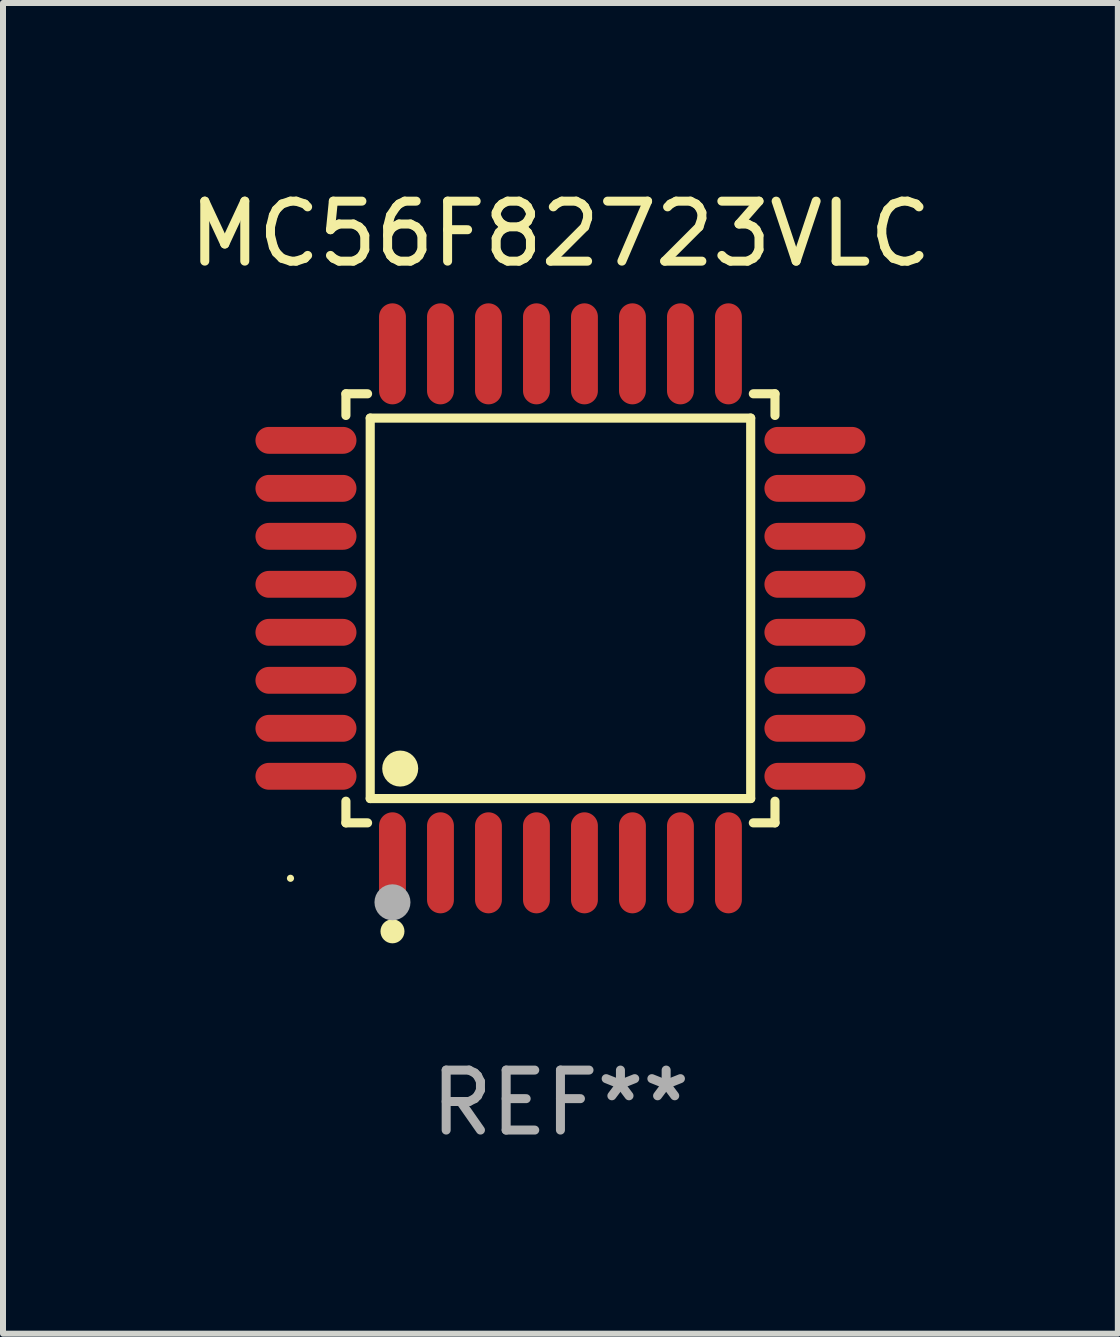
<source format=kicad_pcb>
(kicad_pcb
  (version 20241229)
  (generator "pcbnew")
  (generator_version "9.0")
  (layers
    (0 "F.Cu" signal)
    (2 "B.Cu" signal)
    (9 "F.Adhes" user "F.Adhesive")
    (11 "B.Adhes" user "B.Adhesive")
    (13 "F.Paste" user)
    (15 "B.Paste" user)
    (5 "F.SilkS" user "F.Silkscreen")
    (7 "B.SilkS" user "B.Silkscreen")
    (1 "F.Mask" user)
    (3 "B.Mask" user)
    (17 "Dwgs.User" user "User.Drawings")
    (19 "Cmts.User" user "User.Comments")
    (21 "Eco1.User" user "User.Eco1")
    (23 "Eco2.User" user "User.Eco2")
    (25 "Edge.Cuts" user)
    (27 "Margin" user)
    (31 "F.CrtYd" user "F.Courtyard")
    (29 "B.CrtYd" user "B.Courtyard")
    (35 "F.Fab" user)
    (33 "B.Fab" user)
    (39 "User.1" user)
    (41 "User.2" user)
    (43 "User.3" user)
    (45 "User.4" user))
  (footprint "MC56F82723VLC"
    (layer "F.Cu")
    (at 6.292 7.09)
    (property "Reference" "MC56F82723VLC" (at 0 -6.242 0) (layer "F.SilkS") (effects (font (size 1 1) (thickness 0.15))))
    (attr through_hole)
    (fp_line (start -3.576 -3.576) (end -3.215 -3.576) (stroke (width 0.152) (type solid)) (layer "F.SilkS"))
    (fp_line (start -3.576 -3.215) (end -3.576 -3.576) (stroke (width 0.152) (type solid)) (layer "F.SilkS"))
    (fp_line (start -3.576 3.215) (end -3.576 3.576) (stroke (width 0.152) (type solid)) (layer "F.SilkS"))
    (fp_line (start -3.576 3.576) (end -3.215 3.576) (stroke (width 0.152) (type solid)) (layer "F.SilkS"))
    (fp_line (start -3.171 -3.171) (end 3.171 -3.171) (stroke (width 0.152) (type solid)) (layer "F.SilkS"))
    (fp_line (start -3.171 3.171) (end -3.171 -3.171) (stroke (width 0.152) (type solid)) (layer "F.SilkS"))
    (fp_line (start 3.171 -3.171) (end 3.171 3.171) (stroke (width 0.152) (type solid)) (layer "F.SilkS"))
    (fp_line (start 3.171 3.171) (end -3.171 3.171) (stroke (width 0.152) (type solid)) (layer "F.SilkS"))
    (fp_line (start 3.576 -3.576) (end 3.215 -3.576) (stroke (width 0.152) (type solid)) (layer "F.SilkS"))
    (fp_line (start 3.576 -3.215) (end 3.576 -3.576) (stroke (width 0.152) (type solid)) (layer "F.SilkS"))
    (fp_line (start 3.576 3.215) (end 3.576 3.576) (stroke (width 0.152) (type solid)) (layer "F.SilkS"))
    (fp_line (start 3.576 3.576) (end 3.215 3.576) (stroke (width 0.152) (type solid)) (layer "F.SilkS"))
    (fp_circle (center -4.5 4.5) (end -4.47 4.5) (stroke (width 0.06) (type solid)) (fill no) (layer "F.SilkS"))
    (fp_circle (center -2.8 5.384) (end -2.7 5.384) (stroke (width 0.2) (type solid)) (fill no) (layer "F.SilkS"))
    (fp_circle (center -2.671 2.671) (end -2.521 2.671) (stroke (width 0.3) (type solid)) (fill no) (layer "F.SilkS"))
    (fp_circle (center -2.8 4.9) (end -2.65 4.9) (stroke (width 0.3) (type solid)) (fill no) (layer "F.Fab"))
    (fp_text user "REF**" (at 0 8.242 0) (layer "F.Fab") (effects (font (size 1 1) (thickness 0.15))))
    (pad "1" smd oval (at -2.8 4.242) (size 0.448 1.684) (layers "F.Cu" "F.Mask" "F.Paste"))
    (pad "2" smd oval (at -2 4.242) (size 0.448 1.684) (layers "F.Cu" "F.Mask" "F.Paste"))
    (pad "3" smd oval (at -1.2 4.242) (size 0.448 1.684) (layers "F.Cu" "F.Mask" "F.Paste"))
    (pad "4" smd oval (at -0.4 4.242) (size 0.448 1.684) (layers "F.Cu" "F.Mask" "F.Paste"))
    (pad "5" smd oval (at 0.4 4.242) (size 0.448 1.684) (layers "F.Cu" "F.Mask" "F.Paste"))
    (pad "6" smd oval (at 1.2 4.242) (size 0.448 1.684) (layers "F.Cu" "F.Mask" "F.Paste"))
    (pad "7" smd oval (at 2 4.242) (size 0.448 1.684) (layers "F.Cu" "F.Mask" "F.Paste"))
    (pad "8" smd oval (at 2.8 4.242) (size 0.448 1.684) (layers "F.Cu" "F.Mask" "F.Paste"))
    (pad "9" smd oval (at 4.242 2.8) (size 1.684 0.448) (layers "F.Cu" "F.Mask" "F.Paste"))
    (pad "10" smd oval (at 4.242 2) (size 1.684 0.448) (layers "F.Cu" "F.Mask" "F.Paste"))
    (pad "11" smd oval (at 4.242 1.2) (size 1.684 0.448) (layers "F.Cu" "F.Mask" "F.Paste"))
    (pad "12" smd oval (at 4.242 0.4) (size 1.684 0.448) (layers "F.Cu" "F.Mask" "F.Paste"))
    (pad "13" smd oval (at 4.242 -0.4) (size 1.684 0.448) (layers "F.Cu" "F.Mask" "F.Paste"))
    (pad "14" smd oval (at 4.242 -1.2) (size 1.684 0.448) (layers "F.Cu" "F.Mask" "F.Paste"))
    (pad "15" smd oval (at 4.242 -2) (size 1.684 0.448) (layers "F.Cu" "F.Mask" "F.Paste"))
    (pad "16" smd oval (at 4.242 -2.8) (size 1.684 0.448) (layers "F.Cu" "F.Mask" "F.Paste"))
    (pad "17" smd oval (at 2.8 -4.242) (size 0.448 1.684) (layers "F.Cu" "F.Mask" "F.Paste"))
    (pad "18" smd oval (at 2 -4.242) (size 0.448 1.684) (layers "F.Cu" "F.Mask" "F.Paste"))
    (pad "19" smd oval (at 1.2 -4.242) (size 0.448 1.684) (layers "F.Cu" "F.Mask" "F.Paste"))
    (pad "20" smd oval (at 0.4 -4.242) (size 0.448 1.684) (layers "F.Cu" "F.Mask" "F.Paste"))
    (pad "21" smd oval (at -0.4 -4.242) (size 0.448 1.684) (layers "F.Cu" "F.Mask" "F.Paste"))
    (pad "22" smd oval (at -1.2 -4.242) (size 0.448 1.684) (layers "F.Cu" "F.Mask" "F.Paste"))
    (pad "23" smd oval (at -2 -4.242) (size 0.448 1.684) (layers "F.Cu" "F.Mask" "F.Paste"))
    (pad "24" smd oval (at -2.8 -4.242) (size 0.448 1.684) (layers "F.Cu" "F.Mask" "F.Paste"))
    (pad "25" smd oval (at -4.242 -2.8) (size 1.684 0.448) (layers "F.Cu" "F.Mask" "F.Paste"))
    (pad "26" smd oval (at -4.242 -2) (size 1.684 0.448) (layers "F.Cu" "F.Mask" "F.Paste"))
    (pad "27" smd oval (at -4.242 -1.2) (size 1.684 0.448) (layers "F.Cu" "F.Mask" "F.Paste"))
    (pad "28" smd oval (at -4.242 -0.4) (size 1.684 0.448) (layers "F.Cu" "F.Mask" "F.Paste"))
    (pad "29" smd oval (at -4.242 0.4) (size 1.684 0.448) (layers "F.Cu" "F.Mask" "F.Paste"))
    (pad "30" smd oval (at -4.242 1.2) (size 1.684 0.448) (layers "F.Cu" "F.Mask" "F.Paste"))
    (pad "31" smd oval (at -4.242 2) (size 1.684 0.448) (layers "F.Cu" "F.Mask" "F.Paste"))
    (pad "32" smd oval (at -4.242 2.8) (size 1.684 0.448) (layers "F.Cu" "F.Mask" "F.Paste")))
  (gr_rect
    (start -3 -3)
    (end 15.583 19.181)
    (stroke (width 0.1) (type default))
    (fill no)
    (layer "Edge.Cuts")))
</source>
